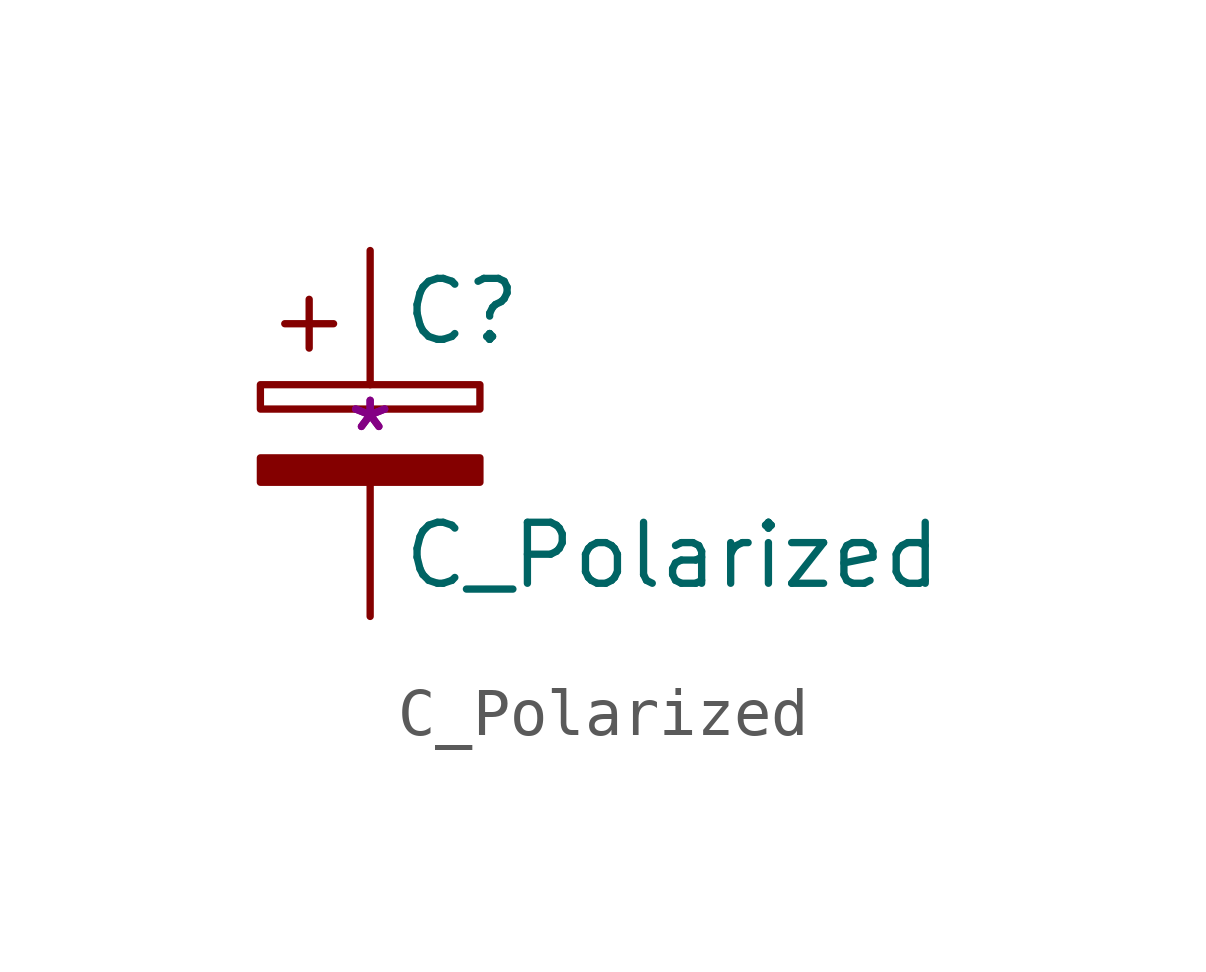
<source format=kicad_sym>
(kicad_symbol_lib
  (version 20231120)
  (generator "kicad_symbol_editor")
  (generator_version "8.0")
  (symbol "C_Polarized"
    (pin_numbers hide)
    (pin_names
      (offset 0.254))
    (property "Reference" "C"
      (at 0.635 2.54 0)
      (effects (font (size 1.27 1.27)) (justify left)))
    (property "Value" "C_Polarized"
      (at 0.635 -2.54 0)
      (effects (font (size 1.27 1.27)) (justify left)))
    (property "Voltage" "*"
      (at 0 0 0)
      (effects (font (size 1.27 1.27))))
    (property "Dielectric" "*"
      (at 0 0 0)
      (effects (font (size 1.27 1.27))))
    (symbol "C_Polarized_0_1"
      (rectangle (start -2.286 0.508) (end 2.286 1.016) (stroke (width 0) (type default)) (fill (type none)))
      (polyline (pts (xy -1.778 2.286) (xy -0.762 2.286)) (stroke (width 0) (type default)) (fill (type none)))
      (polyline (pts (xy -1.27 2.794) (xy -1.27 1.778)) (stroke (width 0) (type default)) (fill (type none)))
      (rectangle (start 2.286 -0.508) (end -2.286 -1.016) (stroke (width 0) (type default)) (fill (type outline))))
    (symbol "C_Polarized_1_1"
      (pin passive line (at 0 3.81 270) (length 2.794) (name "~" (effects (font (size 1.27 1.27)))) (number "1" (effects (font (size 1.27 1.27)))))
      (pin passive line (at 0 -3.81 90) (length 2.794) (name "~" (effects (font (size 1.27 1.27)))) (number "2" (effects (font (size 1.27 1.27))))))))
</source>
